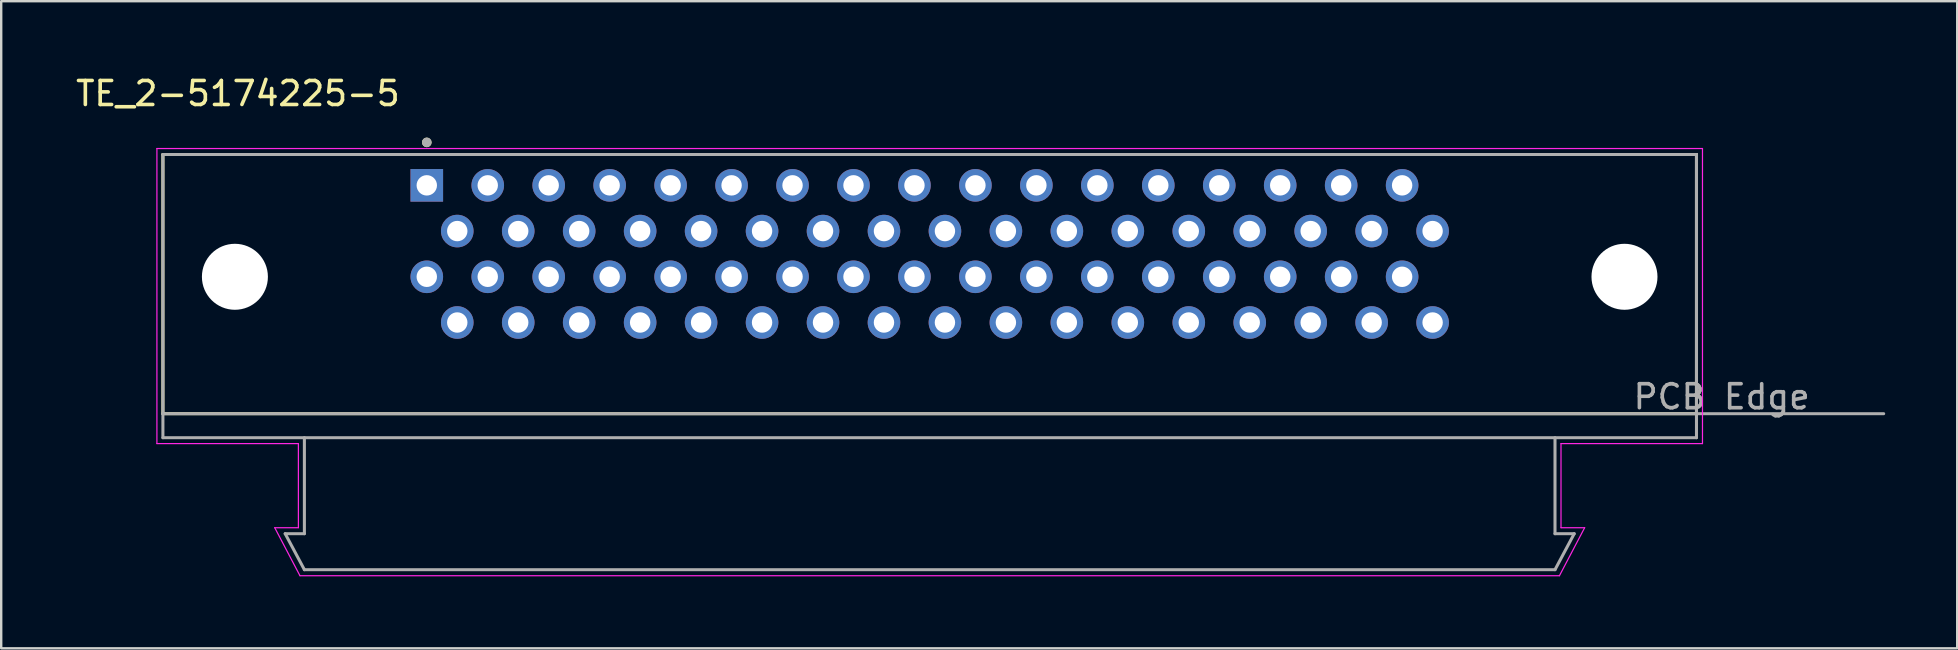
<source format=kicad_pcb>
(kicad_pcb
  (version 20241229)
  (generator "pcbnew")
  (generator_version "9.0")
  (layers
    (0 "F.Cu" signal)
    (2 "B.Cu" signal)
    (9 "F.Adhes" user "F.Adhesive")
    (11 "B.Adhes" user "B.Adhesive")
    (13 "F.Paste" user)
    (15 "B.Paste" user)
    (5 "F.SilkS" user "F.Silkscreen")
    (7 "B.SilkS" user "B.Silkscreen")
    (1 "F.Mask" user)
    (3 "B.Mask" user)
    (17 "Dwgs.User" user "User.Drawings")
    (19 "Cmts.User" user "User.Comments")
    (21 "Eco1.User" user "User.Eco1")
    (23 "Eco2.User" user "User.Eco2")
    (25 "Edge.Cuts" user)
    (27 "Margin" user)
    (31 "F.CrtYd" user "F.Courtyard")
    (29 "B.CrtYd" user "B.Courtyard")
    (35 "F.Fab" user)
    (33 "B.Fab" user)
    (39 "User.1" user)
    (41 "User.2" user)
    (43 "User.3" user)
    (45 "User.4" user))
  (footprint "TE_2-5174225-5"
    (layer "F.Cu")
    (at 35.688 8.483)
    (property "Reference" "TE_2-5174225-5" (at -28.825 -7.635 0) (layer "F.SilkS") (effects (font (size 1 1) (thickness 0.15))))
    (attr through_hole)
    (fp_line (start -31.95 -5.095) (end -31.95 5.705) (stroke (width 0.127) (type solid)) (layer "F.SilkS"))
    (fp_line (start -31.95 5.705) (end 31.95 5.705) (stroke (width 0.127) (type solid)) (layer "F.SilkS"))
    (fp_line (start 31.95 -5.095) (end -31.95 -5.095) (stroke (width 0.127) (type solid)) (layer "F.SilkS"))
    (fp_line (start 31.95 5.705) (end 31.95 -5.095) (stroke (width 0.127) (type solid)) (layer "F.SilkS"))
    (fp_circle (center -20.955 -5.6) (end -20.855 -5.6) (stroke (width 0.2) (type solid)) (fill no) (layer "F.SilkS"))
    (fp_line (start -32.2 -5.345) (end 32.2 -5.345) (stroke (width 0.05) (type solid)) (layer "F.CrtYd"))
    (fp_line (start -32.2 6.95) (end -32.2 -5.345) (stroke (width 0.05) (type solid)) (layer "F.CrtYd"))
    (fp_line (start -27.29 10.455) (end -26.305 10.455) (stroke (width 0.05) (type solid)) (layer "F.CrtYd"))
    (fp_line (start -26.305 6.95) (end -32.2 6.95) (stroke (width 0.05) (type solid)) (layer "F.CrtYd"))
    (fp_line (start -26.305 10.455) (end -26.305 6.95) (stroke (width 0.05) (type solid)) (layer "F.CrtYd"))
    (fp_line (start -26.24 12.455) (end -27.29 10.455) (stroke (width 0.05) (type solid)) (layer "F.CrtYd"))
    (fp_line (start 26.24 12.455) (end -26.24 12.455) (stroke (width 0.05) (type solid)) (layer "F.CrtYd"))
    (fp_line (start 26.305 6.95) (end 26.305 10.455) (stroke (width 0.05) (type solid)) (layer "F.CrtYd"))
    (fp_line (start 26.305 10.455) (end 27.29 10.455) (stroke (width 0.05) (type solid)) (layer "F.CrtYd"))
    (fp_line (start 27.29 10.455) (end 26.24 12.455) (stroke (width 0.05) (type solid)) (layer "F.CrtYd"))
    (fp_line (start 32.2 -5.345) (end 32.2 6.95) (stroke (width 0.05) (type solid)) (layer "F.CrtYd"))
    (fp_line (start 32.2 6.95) (end 26.305 6.95) (stroke (width 0.05) (type solid)) (layer "F.CrtYd"))
    (fp_line (start -31.95 -5.095) (end -31.95 5.705) (stroke (width 0.127) (type solid)) (layer "F.Fab"))
    (fp_line (start -31.95 5.705) (end -31.95 6.705) (stroke (width 0.127) (type solid)) (layer "F.Fab"))
    (fp_line (start -31.95 5.705) (end 31.95 5.705) (stroke (width 0.127) (type solid)) (layer "F.Fab"))
    (fp_line (start -31.95 6.705) (end 31.95 6.705) (stroke (width 0.127) (type solid)) (layer "F.Fab"))
    (fp_line (start -26.855 10.705) (end -26.055 12.205) (stroke (width 0.127) (type solid)) (layer "F.Fab"))
    (fp_line (start -26.055 10.705) (end -26.855 10.705) (stroke (width 0.127) (type solid)) (layer "F.Fab"))
    (fp_line (start -26.055 10.705) (end -26.055 6.705) (stroke (width 0.127) (type solid)) (layer "F.Fab"))
    (fp_line (start -26.055 12.205) (end 26.055 12.205) (stroke (width 0.127) (type solid)) (layer "F.Fab"))
    (fp_line (start 26.055 10.705) (end 26.055 6.705) (stroke (width 0.127) (type solid)) (layer "F.Fab"))
    (fp_line (start 26.055 12.205) (end 26.855 10.705) (stroke (width 0.127) (type solid)) (layer "F.Fab"))
    (fp_line (start 26.855 10.705) (end 26.055 10.705) (stroke (width 0.127) (type solid)) (layer "F.Fab"))
    (fp_line (start 31.95 -5.095) (end -31.95 -5.095) (stroke (width 0.127) (type solid)) (layer "F.Fab"))
    (fp_line (start 31.95 5.705) (end 31.95 -5.095) (stroke (width 0.127) (type solid)) (layer "F.Fab"))
    (fp_line (start 31.95 5.705) (end 31.95 6.705) (stroke (width 0.127) (type solid)) (layer "F.Fab"))
    (fp_line (start 31.95 5.705) (end 39.75 5.705) (stroke (width 0.127) (type solid)) (layer "F.Fab"))
    (fp_circle (center -20.955 -5.6) (end -20.855 -5.6) (stroke (width 0.2) (type solid)) (fill no) (layer "F.Fab"))
    (fp_text user "PCB Edge" (at 33 5 0) (layer "F.Fab") (effects (font (size 1 1) (thickness 0.15))))
    (pad "" np_thru_hole circle (at -28.95 0) (size 2.75 2.75) (drill 2.75) (layers "*.Cu" "*.Mask"))
    (pad "" np_thru_hole circle (at 28.95 0) (size 2.75 2.75) (drill 2.75) (layers "*.Cu" "*.Mask"))
    (pad "A1" thru_hole rect (at -20.955 -3.81) (size 1.358 1.358) (drill 0.85) (layers "*.Cu" "*.Mask"))
    (pad "A2" thru_hole circle (at -19.685 -1.905) (size 1.358 1.358) (drill 0.85) (layers "*.Cu" "*.Mask"))
    (pad "A3" thru_hole circle (at -18.415 -3.81) (size 1.358 1.358) (drill 0.85) (layers "*.Cu" "*.Mask"))
    (pad "A4" thru_hole circle (at -17.145 -1.905) (size 1.358 1.358) (drill 0.85) (layers "*.Cu" "*.Mask"))
    (pad "A5" thru_hole circle (at -15.875 -3.81) (size 1.358 1.358) (drill 0.85) (layers "*.Cu" "*.Mask"))
    (pad "A6" thru_hole circle (at -14.605 -1.905) (size 1.358 1.358) (drill 0.85) (layers "*.Cu" "*.Mask"))
    (pad "A7" thru_hole circle (at -13.335 -3.81) (size 1.358 1.358) (drill 0.85) (layers "*.Cu" "*.Mask"))
    (pad "A8" thru_hole circle (at -12.065 -1.905) (size 1.358 1.358) (drill 0.85) (layers "*.Cu" "*.Mask"))
    (pad "A9" thru_hole circle (at -10.795 -3.81) (size 1.358 1.358) (drill 0.85) (layers "*.Cu" "*.Mask"))
    (pad "A10" thru_hole circle (at -9.525 -1.905) (size 1.358 1.358) (drill 0.85) (layers "*.Cu" "*.Mask"))
    (pad "A11" thru_hole circle (at -8.255 -3.81) (size 1.358 1.358) (drill 0.85) (layers "*.Cu" "*.Mask"))
    (pad "A12" thru_hole circle (at -6.985 -1.905) (size 1.358 1.358) (drill 0.85) (layers "*.Cu" "*.Mask"))
    (pad "A13" thru_hole circle (at -5.715 -3.81) (size 1.358 1.358) (drill 0.85) (layers "*.Cu" "*.Mask"))
    (pad "A14" thru_hole circle (at -4.445 -1.905) (size 1.358 1.358) (drill 0.85) (layers "*.Cu" "*.Mask"))
    (pad "A15" thru_hole circle (at -3.175 -3.81) (size 1.358 1.358) (drill 0.85) (layers "*.Cu" "*.Mask"))
    (pad "A16" thru_hole circle (at -1.905 -1.905) (size 1.358 1.358) (drill 0.85) (layers "*.Cu" "*.Mask"))
    (pad "A17" thru_hole circle (at -0.635 -3.81) (size 1.358 1.358) (drill 0.85) (layers "*.Cu" "*.Mask"))
    (pad "A18" thru_hole circle (at 0.635 -1.905) (size 1.358 1.358) (drill 0.85) (layers "*.Cu" "*.Mask"))
    (pad "A19" thru_hole circle (at 1.905 -3.81) (size 1.358 1.358) (drill 0.85) (layers "*.Cu" "*.Mask"))
    (pad "A20" thru_hole circle (at 3.175 -1.905) (size 1.358 1.358) (drill 0.85) (layers "*.Cu" "*.Mask"))
    (pad "A21" thru_hole circle (at 4.445 -3.81) (size 1.358 1.358) (drill 0.85) (layers "*.Cu" "*.Mask"))
    (pad "A22" thru_hole circle (at 5.715 -1.905) (size 1.358 1.358) (drill 0.85) (layers "*.Cu" "*.Mask"))
    (pad "A23" thru_hole circle (at 6.985 -3.81) (size 1.358 1.358) (drill 0.85) (layers "*.Cu" "*.Mask"))
    (pad "A24" thru_hole circle (at 8.255 -1.905) (size 1.358 1.358) (drill 0.85) (layers "*.Cu" "*.Mask"))
    (pad "A25" thru_hole circle (at 9.525 -3.81) (size 1.358 1.358) (drill 0.85) (layers "*.Cu" "*.Mask"))
    (pad "A26" thru_hole circle (at 10.795 -1.905) (size 1.358 1.358) (drill 0.85) (layers "*.Cu" "*.Mask"))
    (pad "A27" thru_hole circle (at 12.065 -3.81) (size 1.358 1.358) (drill 0.85) (layers "*.Cu" "*.Mask"))
    (pad "A28" thru_hole circle (at 13.335 -1.905) (size 1.358 1.358) (drill 0.85) (layers "*.Cu" "*.Mask"))
    (pad "A29" thru_hole circle (at 14.605 -3.81) (size 1.358 1.358) (drill 0.85) (layers "*.Cu" "*.Mask"))
    (pad "A30" thru_hole circle (at 15.875 -1.905) (size 1.358 1.358) (drill 0.85) (layers "*.Cu" "*.Mask"))
    (pad "A31" thru_hole circle (at 17.145 -3.81) (size 1.358 1.358) (drill 0.85) (layers "*.Cu" "*.Mask"))
    (pad "A32" thru_hole circle (at 18.415 -1.905) (size 1.358 1.358) (drill 0.85) (layers "*.Cu" "*.Mask"))
    (pad "A33" thru_hole circle (at 19.685 -3.81) (size 1.358 1.358) (drill 0.85) (layers "*.Cu" "*.Mask"))
    (pad "A34" thru_hole circle (at 20.955 -1.905) (size 1.358 1.358) (drill 0.85) (layers "*.Cu" "*.Mask"))
    (pad "B1" thru_hole circle (at -20.955 0) (size 1.358 1.358) (drill 0.85) (layers "*.Cu" "*.Mask"))
    (pad "B2" thru_hole circle (at -19.685 1.905) (size 1.358 1.358) (drill 0.85) (layers "*.Cu" "*.Mask"))
    (pad "B3" thru_hole circle (at -18.415 0) (size 1.358 1.358) (drill 0.85) (layers "*.Cu" "*.Mask"))
    (pad "B4" thru_hole circle (at -17.145 1.905) (size 1.358 1.358) (drill 0.85) (layers "*.Cu" "*.Mask"))
    (pad "B5" thru_hole circle (at -15.875 0) (size 1.358 1.358) (drill 0.85) (layers "*.Cu" "*.Mask"))
    (pad "B6" thru_hole circle (at -14.605 1.905) (size 1.358 1.358) (drill 0.85) (layers "*.Cu" "*.Mask"))
    (pad "B7" thru_hole circle (at -13.335 0) (size 1.358 1.358) (drill 0.85) (layers "*.Cu" "*.Mask"))
    (pad "B8" thru_hole circle (at -12.065 1.905) (size 1.358 1.358) (drill 0.85) (layers "*.Cu" "*.Mask"))
    (pad "B9" thru_hole circle (at -10.795 0) (size 1.358 1.358) (drill 0.85) (layers "*.Cu" "*.Mask"))
    (pad "B10" thru_hole circle (at -9.525 1.905) (size 1.358 1.358) (drill 0.85) (layers "*.Cu" "*.Mask"))
    (pad "B11" thru_hole circle (at -8.255 0) (size 1.358 1.358) (drill 0.85) (layers "*.Cu" "*.Mask"))
    (pad "B12" thru_hole circle (at -6.985 1.905) (size 1.358 1.358) (drill 0.85) (layers "*.Cu" "*.Mask"))
    (pad "B13" thru_hole circle (at -5.715 0) (size 1.358 1.358) (drill 0.85) (layers "*.Cu" "*.Mask"))
    (pad "B14" thru_hole circle (at -4.445 1.905) (size 1.358 1.358) (drill 0.85) (layers "*.Cu" "*.Mask"))
    (pad "B15" thru_hole circle (at -3.175 0) (size 1.358 1.358) (drill 0.85) (layers "*.Cu" "*.Mask"))
    (pad "B16" thru_hole circle (at -1.905 1.905) (size 1.358 1.358) (drill 0.85) (layers "*.Cu" "*.Mask"))
    (pad "B17" thru_hole circle (at -0.635 0) (size 1.358 1.358) (drill 0.85) (layers "*.Cu" "*.Mask"))
    (pad "B18" thru_hole circle (at 0.635 1.905) (size 1.358 1.358) (drill 0.85) (layers "*.Cu" "*.Mask"))
    (pad "B19" thru_hole circle (at 1.905 0) (size 1.358 1.358) (drill 0.85) (layers "*.Cu" "*.Mask"))
    (pad "B20" thru_hole circle (at 3.175 1.905) (size 1.358 1.358) (drill 0.85) (layers "*.Cu" "*.Mask"))
    (pad "B21" thru_hole circle (at 4.445 0) (size 1.358 1.358) (drill 0.85) (layers "*.Cu" "*.Mask"))
    (pad "B22" thru_hole circle (at 5.715 1.905) (size 1.358 1.358) (drill 0.85) (layers "*.Cu" "*.Mask"))
    (pad "B23" thru_hole circle (at 6.985 0) (size 1.358 1.358) (drill 0.85) (layers "*.Cu" "*.Mask"))
    (pad "B24" thru_hole circle (at 8.255 1.905) (size 1.358 1.358) (drill 0.85) (layers "*.Cu" "*.Mask"))
    (pad "B25" thru_hole circle (at 9.525 0) (size 1.358 1.358) (drill 0.85) (layers "*.Cu" "*.Mask"))
    (pad "B26" thru_hole circle (at 10.795 1.905) (size 1.358 1.358) (drill 0.85) (layers "*.Cu" "*.Mask"))
    (pad "B27" thru_hole circle (at 12.065 0) (size 1.358 1.358) (drill 0.85) (layers "*.Cu" "*.Mask"))
    (pad "B28" thru_hole circle (at 13.335 1.905) (size 1.358 1.358) (drill 0.85) (layers "*.Cu" "*.Mask"))
    (pad "B29" thru_hole circle (at 14.605 0) (size 1.358 1.358) (drill 0.85) (layers "*.Cu" "*.Mask"))
    (pad "B30" thru_hole circle (at 15.875 1.905) (size 1.358 1.358) (drill 0.85) (layers "*.Cu" "*.Mask"))
    (pad "B31" thru_hole circle (at 17.145 0) (size 1.358 1.358) (drill 0.85) (layers "*.Cu" "*.Mask"))
    (pad "B32" thru_hole circle (at 18.415 1.905) (size 1.358 1.358) (drill 0.85) (layers "*.Cu" "*.Mask"))
    (pad "B33" thru_hole circle (at 19.685 0) (size 1.358 1.358) (drill 0.85) (layers "*.Cu" "*.Mask"))
    (pad "B34" thru_hole circle (at 20.955 1.905) (size 1.358 1.358) (drill 0.85) (layers "*.Cu" "*.Mask"))
    (zone (net_name "") (layer "F.Cu") (hatch full 0.508) (connect_pads) (min_thickness 0.01) (filled_areas_thickness no) (keepout (tracks not_allowed) (vias not_allowed) (pads not_allowed) (copperpour not_allowed) (footprints allowed)) (placement (enabled no)) (fill) (polygon (pts (xy 3.738 14.188) (xy 3.738 5.483) (xy 6.738 5.483) (xy 6.895 5.487) (xy 7.052 5.499) (xy 7.207 5.52) (xy 7.362 5.549) (xy 7.514 5.585) (xy 7.665 5.63) (xy 7.813 5.682) (xy 7.958 5.742) (xy 8.1 5.81) (xy 8.238 5.885) (xy 8.372 5.967) (xy 8.501 6.056) (xy 8.626 6.152) (xy 8.745 6.254) (xy 8.859 6.362) (xy 8.967 6.476) (xy 9.069 6.595) (xy 9.165 6.72) (xy 9.254 6.849) (xy 9.336 6.983) (xy 9.411 7.121) (xy 9.479 7.263) (xy 9.539 7.408) (xy 9.591 7.556) (xy 9.636 7.707) (xy 9.672 7.859) (xy 9.701 8.014) (xy 9.722 8.169) (xy 9.734 8.326) (xy 9.738 8.483) (xy 9.738 14.188))))
    (zone (net_name "") (layer "F.Cu") (hatch full 0.508) (connect_pads) (min_thickness 0.01) (filled_areas_thickness no) (keepout (tracks not_allowed) (vias not_allowed) (pads not_allowed) (copperpour not_allowed) (footprints allowed)) (placement (enabled no)) (fill) (polygon (pts (xy 67.638 14.188) (xy 67.638 5.483) (xy 64.638 5.483) (xy 64.481 5.487) (xy 64.324 5.499) (xy 64.169 5.52) (xy 64.014 5.549) (xy 63.862 5.585) (xy 63.711 5.63) (xy 63.563 5.682) (xy 63.418 5.742) (xy 63.276 5.81) (xy 63.138 5.885) (xy 63.004 5.967) (xy 62.875 6.056) (xy 62.75 6.152) (xy 62.631 6.254) (xy 62.517 6.362) (xy 62.409 6.476) (xy 62.307 6.595) (xy 62.211 6.72) (xy 62.122 6.849) (xy 62.04 6.983) (xy 61.965 7.121) (xy 61.897 7.263) (xy 61.837 7.408) (xy 61.785 7.556) (xy 61.74 7.707) (xy 61.704 7.859) (xy 61.675 8.014) (xy 61.654 8.169) (xy 61.642 8.326) (xy 61.638 8.483) (xy 61.638 14.188)))))
  (gr_rect
    (start -3 -3)
    (end 78.502 23.963)
    (stroke (width 0.1) (type default))
    (fill no)
    (layer "Edge.Cuts")))
</source>
